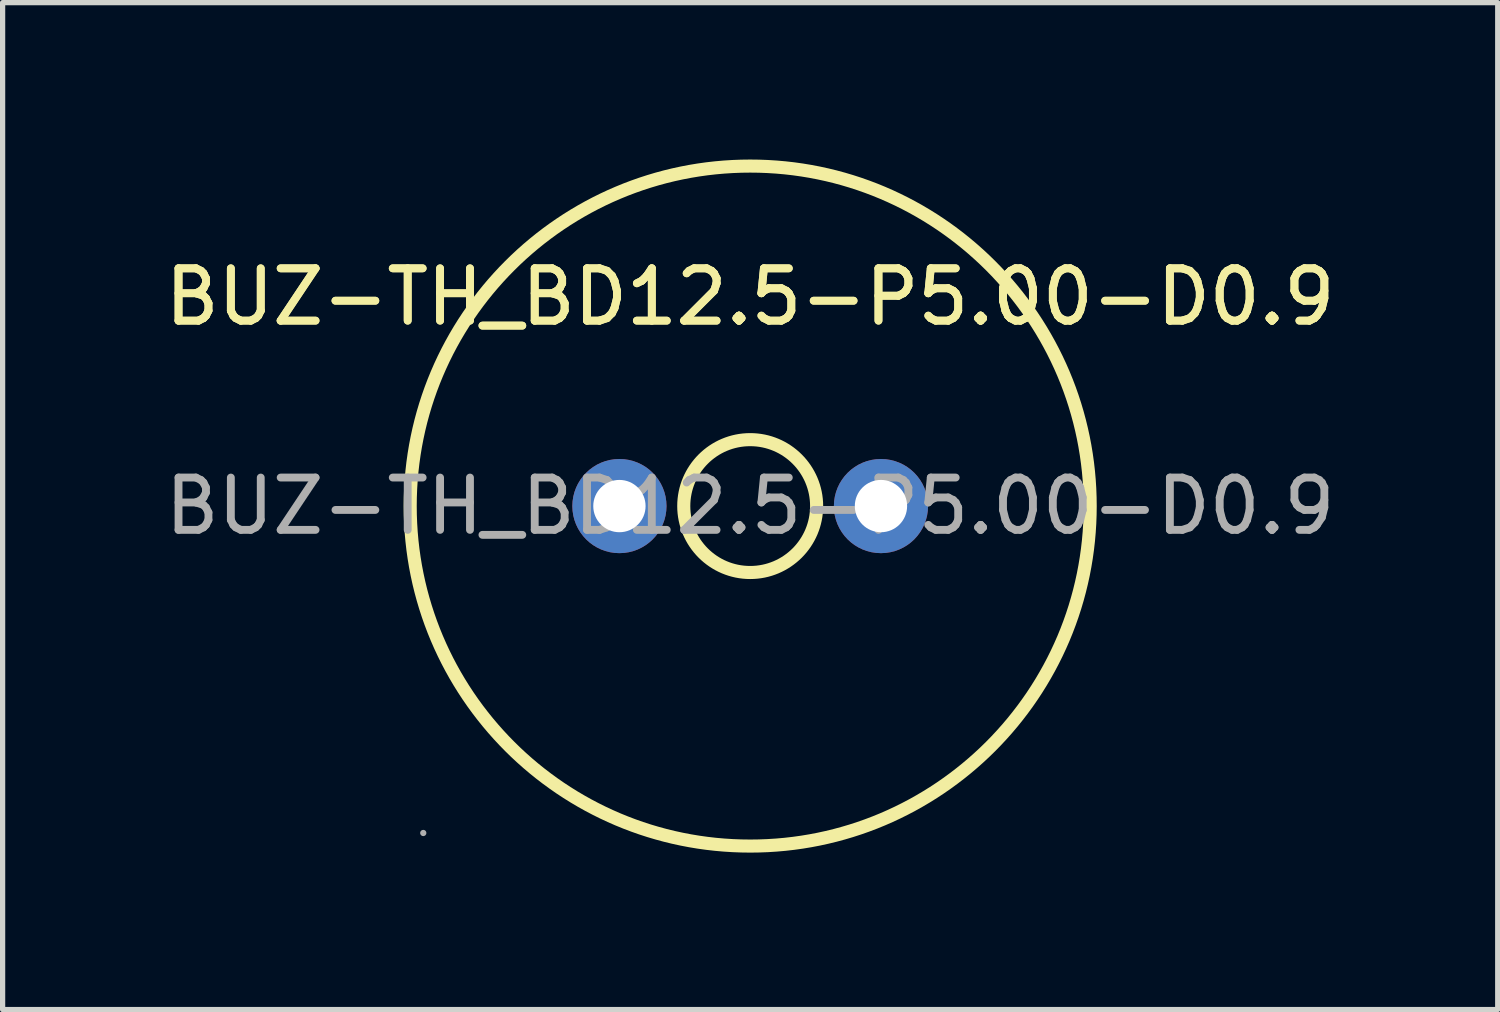
<source format=kicad_pcb>
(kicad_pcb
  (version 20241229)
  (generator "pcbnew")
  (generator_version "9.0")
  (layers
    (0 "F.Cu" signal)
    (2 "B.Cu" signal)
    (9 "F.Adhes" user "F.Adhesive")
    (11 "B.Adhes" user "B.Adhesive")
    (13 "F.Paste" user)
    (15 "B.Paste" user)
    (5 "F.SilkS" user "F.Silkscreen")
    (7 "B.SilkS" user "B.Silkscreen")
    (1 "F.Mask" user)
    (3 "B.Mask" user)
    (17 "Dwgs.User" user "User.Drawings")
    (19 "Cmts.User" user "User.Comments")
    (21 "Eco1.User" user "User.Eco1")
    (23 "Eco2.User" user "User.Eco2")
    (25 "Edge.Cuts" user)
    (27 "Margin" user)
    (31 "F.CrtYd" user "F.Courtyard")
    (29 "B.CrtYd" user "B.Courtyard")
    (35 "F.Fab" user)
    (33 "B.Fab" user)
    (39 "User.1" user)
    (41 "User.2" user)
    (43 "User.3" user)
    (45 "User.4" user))
  (footprint "BUZ-TH_BD12.5-P5.00-D0.9"
    (layer "F.Cu")
    (at 11.292 6.625)
    (property "Reference" "BUZ-TH_BD12.5-P5.00-D0.9" (at 0 -4 0) (layer "F.SilkS") (effects (font (size 1 1) (thickness 0.15))))
    (attr through_hole)
    (fp_circle (center 0 0) (end 1.27 0) (stroke (width 0.25) (type solid)) (fill no) (layer "F.SilkS"))
    (fp_circle (center 0 0) (end 6.5 0) (stroke (width 0.25) (type solid)) (fill no) (layer "F.SilkS"))
    (fp_circle (center -6.25 6.25) (end -6.22 6.25) (stroke (width 0.06) (type solid)) (fill no) (layer "F.Fab"))
    (fp_circle (center -2.5 0) (end -2.3 0) (stroke (width 0.4) (type solid)) (fill no) (layer "F.Fab"))
    (fp_circle (center 2.5 0) (end 2.7 0) (stroke (width 0.4) (type solid)) (fill no) (layer "F.Fab"))
    (fp_text user "${REFERENCE}" (at 0 -4 0) (layer "F.SilkS") (effects (font (size 1 1) (thickness 0.15))))
    (fp_text user "${REFERENCE}" (at 0 0 0) (layer "F.Fab") (effects (font (size 1 1) (thickness 0.15))))
    (pad "1" thru_hole circle (at -2.5 0) (size 1.8 1.8) (drill 1) (layers "*.Cu" "*.Mask"))
    (pad "2" thru_hole circle (at 2.5 0) (size 1.8 1.8) (drill 1) (layers "*.Cu" "*.Mask")))
  (gr_rect
    (start -3 -3)
    (end 25.583 16.25)
    (stroke (width 0.1) (type default))
    (fill no)
    (layer "Edge.Cuts")))
</source>
